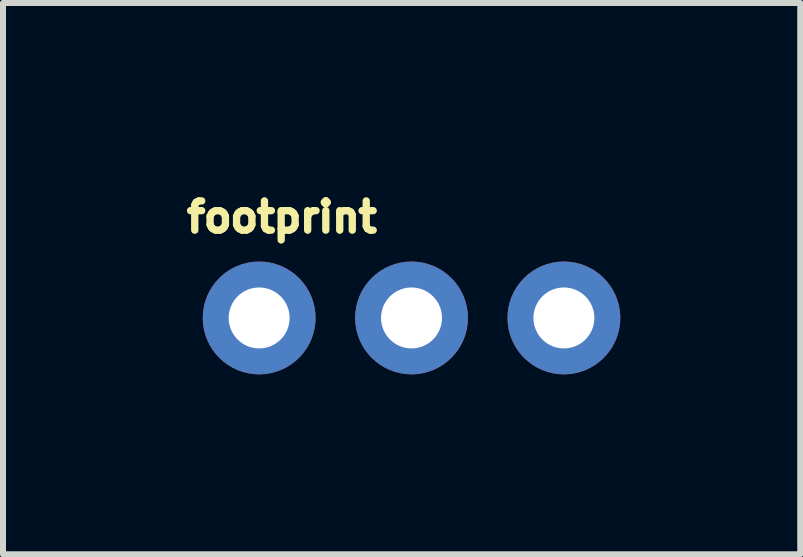
<source format=kicad_pcb>
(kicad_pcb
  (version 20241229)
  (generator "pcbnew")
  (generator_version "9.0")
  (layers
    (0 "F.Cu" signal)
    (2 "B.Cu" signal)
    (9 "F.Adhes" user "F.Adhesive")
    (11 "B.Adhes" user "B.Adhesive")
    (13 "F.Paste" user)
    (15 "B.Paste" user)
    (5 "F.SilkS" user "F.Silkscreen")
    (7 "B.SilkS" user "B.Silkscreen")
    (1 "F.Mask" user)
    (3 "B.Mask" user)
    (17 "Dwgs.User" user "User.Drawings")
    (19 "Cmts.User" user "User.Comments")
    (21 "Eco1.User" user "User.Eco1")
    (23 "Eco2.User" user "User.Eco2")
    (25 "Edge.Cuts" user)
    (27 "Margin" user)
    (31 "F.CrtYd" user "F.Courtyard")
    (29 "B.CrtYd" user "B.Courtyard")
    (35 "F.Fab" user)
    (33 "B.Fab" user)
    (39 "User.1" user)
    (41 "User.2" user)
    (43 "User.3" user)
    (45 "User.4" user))
  (footprint "footprint"
    (layer "F.Cu")
    (at 1.27 2.25)
    (property "Reference" "footprint" (at -1.27 -1.397 0) (layer "F.SilkS") (effects (font (size 0.488 0.488) (thickness 0.122)) (justify left bottom)))
    (fp_poly (pts (xy -0.254 0.254) (xy 0.254 0.254) (xy 0.254 -0.254) (xy -0.254 -0.254)) (stroke (width 0.1) (type solid)) (fill no) (layer "F.Fab"))
    (fp_poly (pts (xy 2.286 0.254) (xy 2.794 0.254) (xy 2.794 -0.254) (xy 2.286 -0.254)) (stroke (width 0.1) (type solid)) (fill no) (layer "F.Fab"))
    (fp_poly (pts (xy 4.826 0.254) (xy 5.334 0.254) (xy 5.334 -0.254) (xy 4.826 -0.254)) (stroke (width 0.1) (type solid)) (fill no) (layer "F.Fab"))
    (pad "1" thru_hole circle (at 0 0 90) (size 1.88 1.88) (drill 1.016) (layers "*.Cu" "*.Mask"))
    (pad "2" thru_hole circle (at 2.54 0 90) (size 1.88 1.88) (drill 1.016) (layers "*.Cu" "*.Mask"))
    (pad "3" thru_hole circle (at 5.08 0 90) (size 1.88 1.88) (drill 1.016) (layers "*.Cu" "*.Mask")))
  (gr_rect
    (start -3 -3)
    (end 10.29 6.19)
    (stroke (width 0.1) (type default))
    (fill no)
    (layer "Edge.Cuts")))
</source>
